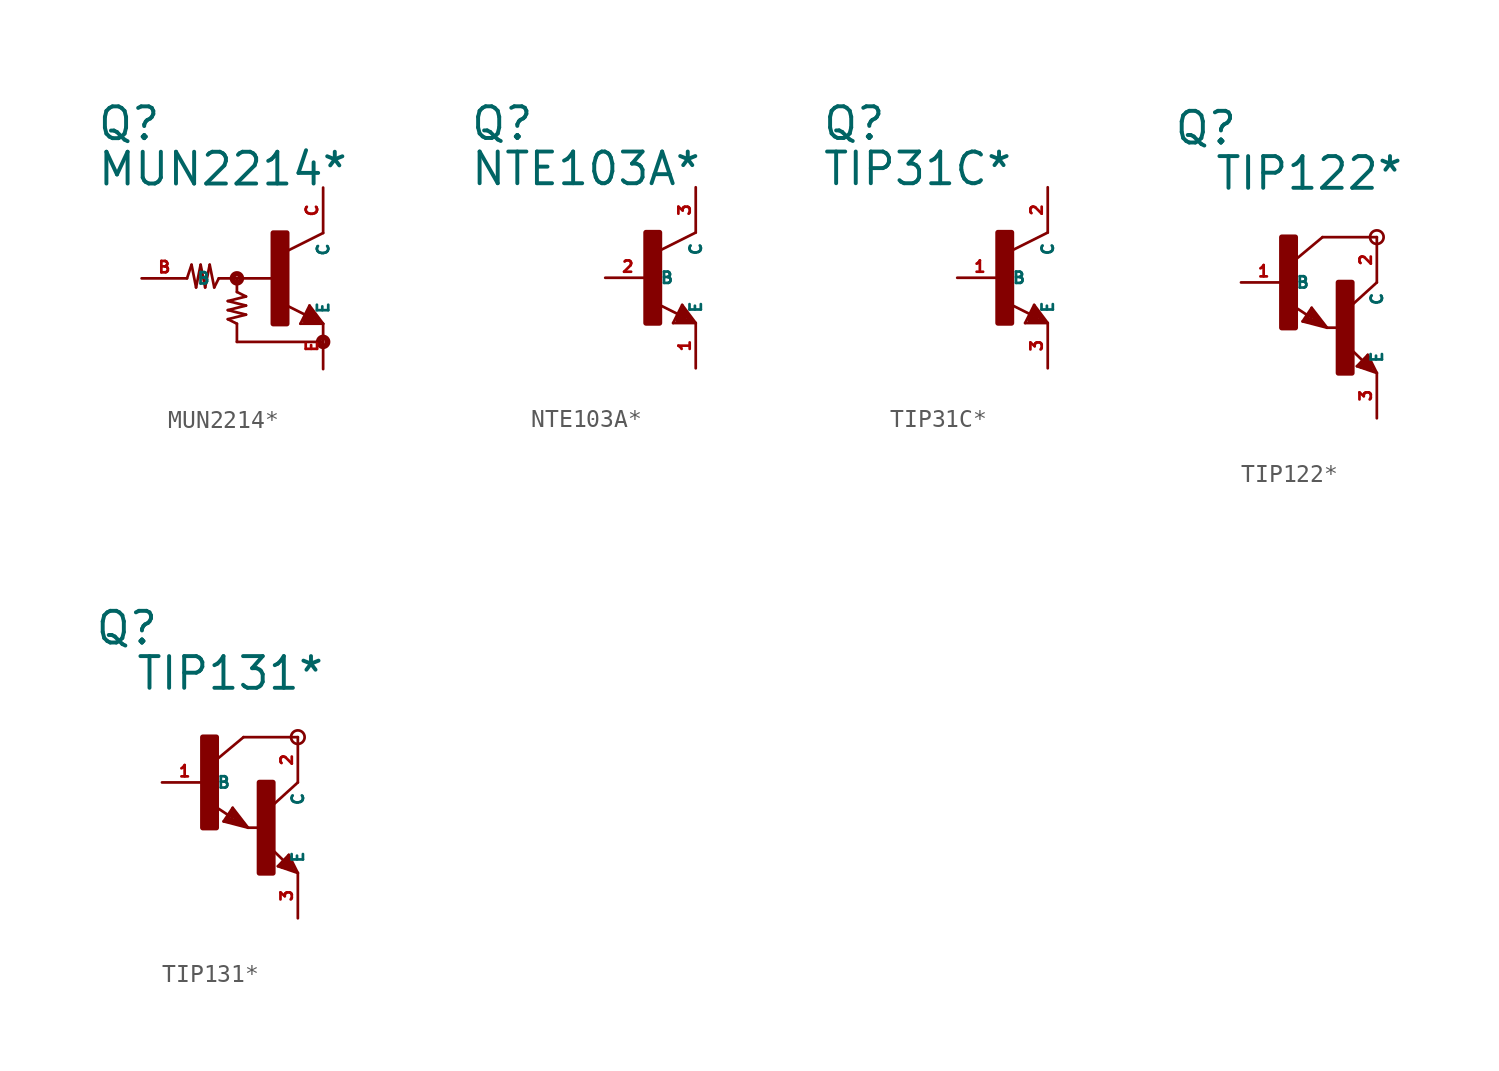
<source format=kicad_sym>
(kicad_symbol_lib
  (version 20220914)
  (generator Eagle2Kicad)
  (symbol "MUN2214*"
    (property "Reference" "Q"
      (at -10.16 7.62 0)
      (effects (font (size 1.778 1.778) (thickness 0.22)) (justify left bottom)))
    (property "Value" "MUN2214*"
      (at -10.16 5.08 0)
      (effects (font (size 1.778 1.778) (thickness 0.22)) (justify left bottom)))
    (polyline
      (pts (xy 2.54 2.54) (xy 0.508 1.524))
      (stroke (width 0.152) (type default))
      (fill (type none)))
    (polyline
      (pts (xy 1.778 -1.524) (xy 2.54 -2.54))
      (stroke (width 0.152) (type default))
      (fill (type none)))
    (polyline
      (pts (xy 2.54 -2.54) (xy 1.27 -2.54))
      (stroke (width 0.152) (type default))
      (fill (type none)))
    (polyline
      (pts (xy 1.27 -2.54) (xy 1.778 -1.524))
      (stroke (width 0.152) (type default))
      (fill (type none)))
    (polyline
      (pts (xy 1.54 -2.04) (xy 0.308 -1.424))
      (stroke (width 0.152) (type default))
      (fill (type none)))
    (polyline
      (pts (xy 1.524 -2.413) (xy 2.286 -2.413))
      (stroke (width 0.254) (type default))
      (fill (type none)))
    (polyline
      (pts (xy 2.286 -2.413) (xy 1.778 -1.778))
      (stroke (width 0.254) (type default))
      (fill (type none)))
    (polyline
      (pts (xy 1.778 -1.778) (xy 1.524 -2.286))
      (stroke (width 0.254) (type default))
      (fill (type none)))
    (polyline
      (pts (xy 1.524 -2.286) (xy 1.905 -2.286))
      (stroke (width 0.254) (type default))
      (fill (type none)))
    (polyline
      (pts (xy 1.905 -2.286) (xy 1.778 -2.032))
      (stroke (width 0.254) (type default))
      (fill (type none)))
    (polyline
      (pts (xy -5.08 0) (xy -4.826 0.762))
      (stroke (width 0.152) (type default))
      (fill (type none)))
    (polyline
      (pts (xy -4.826 0.762) (xy -4.572 -0.508))
      (stroke (width 0.152) (type default))
      (fill (type none)))
    (polyline
      (pts (xy -4.572 -0.508) (xy -4.318 0.762))
      (stroke (width 0.152) (type default))
      (fill (type none)))
    (polyline
      (pts (xy -4.318 0.762) (xy -4.064 -0.508))
      (stroke (width 0.152) (type default))
      (fill (type none)))
    (polyline
      (pts (xy -4.064 -0.508) (xy -3.81 0.762))
      (stroke (width 0.152) (type default))
      (fill (type none)))
    (polyline
      (pts (xy -3.81 0.762) (xy -3.556 -0.508))
      (stroke (width 0.152) (type default))
      (fill (type none)))
    (polyline
      (pts (xy -3.556 -0.508) (xy -3.302 0))
      (stroke (width 0.152) (type default))
      (fill (type none)))
    (polyline
      (pts (xy -3.302 0) (xy -2.286 0))
      (stroke (width 0.152) (type default))
      (fill (type none)))
    (polyline
      (pts (xy -2.286 0) (xy -0.254 0))
      (stroke (width 0.152) (type default))
      (fill (type none)))
    (polyline
      (pts (xy -2.286 0) (xy -2.286 -0.762))
      (stroke (width 0.152) (type default))
      (fill (type none)))
    (polyline
      (pts (xy -2.286 -0.762) (xy -1.778 -1.016))
      (stroke (width 0.152) (type default))
      (fill (type none)))
    (polyline
      (pts (xy -1.778 -1.016) (xy -2.794 -1.27))
      (stroke (width 0.152) (type default))
      (fill (type none)))
    (polyline
      (pts (xy -2.794 -1.27) (xy -1.778 -1.524))
      (stroke (width 0.152) (type default))
      (fill (type none)))
    (polyline
      (pts (xy -1.778 -1.524) (xy -2.794 -1.778))
      (stroke (width 0.152) (type default))
      (fill (type none)))
    (polyline
      (pts (xy -2.794 -1.778) (xy -1.778 -2.032))
      (stroke (width 0.152) (type default))
      (fill (type none)))
    (polyline
      (pts (xy -1.778 -2.032) (xy -2.794 -2.286))
      (stroke (width 0.152) (type default))
      (fill (type none)))
    (polyline
      (pts (xy -2.794 -2.286) (xy -2.286 -2.54))
      (stroke (width 0.152) (type default))
      (fill (type none)))
    (polyline
      (pts (xy -2.286 -2.54) (xy -2.286 -3.556))
      (stroke (width 0.152) (type default))
      (fill (type none)))
    (polyline
      (pts (xy -2.286 -3.556) (xy 2.54 -3.556))
      (stroke (width 0.152) (type default))
      (fill (type none)))
    (circle
      (center -2.286 0)
      (radius 0.254)
      (stroke (width 0.305) (type default))
      (fill (type none)))
    (circle
      (center 2.54 -3.556)
      (radius 0.254)
      (stroke (width 0.305) (type default))
      (fill (type none)))
    (rectangle
      (start -0.254 -2.54)
      (end 0.508 2.54)
      (stroke (width 0.3) (type default))
      (fill (type outline)))
    (pin passive line
      (at -7.62 0 0)
      (length 2.54)
      (name "B" (effects (font (size 0.635 0.635) (thickness 0.08)) (justify left bottom)))
      (number "B" (effects (font (size 0.635 0.635) (thickness 0.08)) (justify left bottom))))
    (pin passive line
      (at 2.54 -5.08 90)
      (length 2.54)
      (name "E" (effects (font (size 0.635 0.635) (thickness 0.08)) (justify left bottom)))
      (number "E" (effects (font (size 0.635 0.635) (thickness 0.08)) (justify left bottom))))
    (pin passive line
      (at 2.54 5.08 270)
      (length 2.54)
      (name "C" (effects (font (size 0.635 0.635) (thickness 0.08)) (justify left bottom)))
      (number "C" (effects (font (size 0.635 0.635) (thickness 0.08)) (justify left bottom)))))
  (symbol "NTE103A*"
    (property "Reference" "Q"
      (at -10.16 7.62 0)
      (effects (font (size 1.778 1.778) (thickness 0.22)) (justify left bottom)))
    (property "Value" "NTE103A*"
      (at -10.16 5.08 0)
      (effects (font (size 1.778 1.778) (thickness 0.22)) (justify left bottom)))
    (polyline
      (pts (xy 2.54 2.54) (xy 0.508 1.524))
      (stroke (width 0.152) (type default))
      (fill (type none)))
    (polyline
      (pts (xy 1.778 -1.524) (xy 2.54 -2.54))
      (stroke (width 0.152) (type default))
      (fill (type none)))
    (polyline
      (pts (xy 2.54 -2.54) (xy 1.27 -2.54))
      (stroke (width 0.152) (type default))
      (fill (type none)))
    (polyline
      (pts (xy 1.27 -2.54) (xy 1.778 -1.524))
      (stroke (width 0.152) (type default))
      (fill (type none)))
    (polyline
      (pts (xy 1.54 -2.04) (xy 0.308 -1.424))
      (stroke (width 0.152) (type default))
      (fill (type none)))
    (polyline
      (pts (xy 1.524 -2.413) (xy 2.286 -2.413))
      (stroke (width 0.254) (type default))
      (fill (type none)))
    (polyline
      (pts (xy 2.286 -2.413) (xy 1.778 -1.778))
      (stroke (width 0.254) (type default))
      (fill (type none)))
    (polyline
      (pts (xy 1.778 -1.778) (xy 1.524 -2.286))
      (stroke (width 0.254) (type default))
      (fill (type none)))
    (polyline
      (pts (xy 1.524 -2.286) (xy 1.905 -2.286))
      (stroke (width 0.254) (type default))
      (fill (type none)))
    (polyline
      (pts (xy 1.905 -2.286) (xy 1.778 -2.032))
      (stroke (width 0.254) (type default))
      (fill (type none)))
    (rectangle
      (start -0.254 -2.54)
      (end 0.508 2.54)
      (stroke (width 0.3) (type default))
      (fill (type outline)))
    (pin passive line
      (at -2.54 0 0)
      (length 2.54)
      (name "B" (effects (font (size 0.635 0.635) (thickness 0.08)) (justify left bottom)))
      (number "2" (effects (font (size 0.635 0.635) (thickness 0.08)) (justify left bottom))))
    (pin passive line
      (at 2.54 -5.08 90)
      (length 2.54)
      (name "E" (effects (font (size 0.635 0.635) (thickness 0.08)) (justify left bottom)))
      (number "1" (effects (font (size 0.635 0.635) (thickness 0.08)) (justify left bottom))))
    (pin passive line
      (at 2.54 5.08 270)
      (length 2.54)
      (name "C" (effects (font (size 0.635 0.635) (thickness 0.08)) (justify left bottom)))
      (number "3" (effects (font (size 0.635 0.635) (thickness 0.08)) (justify left bottom)))))
  (symbol "TIP31C*"
    (property "Reference" "Q"
      (at -10.16 7.62 0)
      (effects (font (size 1.778 1.778) (thickness 0.22)) (justify left bottom)))
    (property "Value" "TIP31C*"
      (at -10.16 5.08 0)
      (effects (font (size 1.778 1.778) (thickness 0.22)) (justify left bottom)))
    (polyline
      (pts (xy 2.54 2.54) (xy 0.508 1.524))
      (stroke (width 0.152) (type default))
      (fill (type none)))
    (polyline
      (pts (xy 1.778 -1.524) (xy 2.54 -2.54))
      (stroke (width 0.152) (type default))
      (fill (type none)))
    (polyline
      (pts (xy 2.54 -2.54) (xy 1.27 -2.54))
      (stroke (width 0.152) (type default))
      (fill (type none)))
    (polyline
      (pts (xy 1.27 -2.54) (xy 1.778 -1.524))
      (stroke (width 0.152) (type default))
      (fill (type none)))
    (polyline
      (pts (xy 1.54 -2.04) (xy 0.308 -1.424))
      (stroke (width 0.152) (type default))
      (fill (type none)))
    (polyline
      (pts (xy 1.524 -2.413) (xy 2.286 -2.413))
      (stroke (width 0.254) (type default))
      (fill (type none)))
    (polyline
      (pts (xy 2.286 -2.413) (xy 1.778 -1.778))
      (stroke (width 0.254) (type default))
      (fill (type none)))
    (polyline
      (pts (xy 1.778 -1.778) (xy 1.524 -2.286))
      (stroke (width 0.254) (type default))
      (fill (type none)))
    (polyline
      (pts (xy 1.524 -2.286) (xy 1.905 -2.286))
      (stroke (width 0.254) (type default))
      (fill (type none)))
    (polyline
      (pts (xy 1.905 -2.286) (xy 1.778 -2.032))
      (stroke (width 0.254) (type default))
      (fill (type none)))
    (rectangle
      (start -0.254 -2.54)
      (end 0.508 2.54)
      (stroke (width 0.3) (type default))
      (fill (type outline)))
    (pin passive line
      (at -2.54 0 0)
      (length 2.54)
      (name "B" (effects (font (size 0.635 0.635) (thickness 0.08)) (justify left bottom)))
      (number "1" (effects (font (size 0.635 0.635) (thickness 0.08)) (justify left bottom))))
    (pin passive line
      (at 2.54 -5.08 90)
      (length 2.54)
      (name "E" (effects (font (size 0.635 0.635) (thickness 0.08)) (justify left bottom)))
      (number "3" (effects (font (size 0.635 0.635) (thickness 0.08)) (justify left bottom))))
    (pin passive line
      (at 2.54 5.08 270)
      (length 2.54)
      (name "C" (effects (font (size 0.635 0.635) (thickness 0.08)) (justify left bottom)))
      (number "2" (effects (font (size 0.635 0.635) (thickness 0.08)) (justify left bottom)))))
  (symbol "TIP122*"
    (property "Reference" "Q"
      (at -6.35 7.62 0)
      (effects (font (size 1.778 1.778) (thickness 0.22)) (justify left bottom)))
    (property "Value" "TIP122*"
      (at -4.064 5.08 0)
      (effects (font (size 1.778 1.778) (thickness 0.22)) (justify left bottom)))
    (polyline
      (pts (xy 5.08 2.54) (xy 2.032 2.54))
      (stroke (width 0.152) (type default))
      (fill (type none)))
    (polyline
      (pts (xy 1.424 -1.424) (xy 2.286 -2.54))
      (stroke (width 0.152) (type default))
      (fill (type none)))
    (polyline
      (pts (xy 2.921 -2.54) (xy 2.286 -2.54))
      (stroke (width 0.152) (type default))
      (fill (type none)))
    (polyline
      (pts (xy 0.916 -2.186) (xy 1.424 -1.424))
      (stroke (width 0.152) (type default))
      (fill (type none)))
    (polyline
      (pts (xy 2.286 -2.54) (xy 0.916 -2.186))
      (stroke (width 0.152) (type default))
      (fill (type none)))
    (polyline
      (pts (xy 2.032 2.54) (xy 0.508 1.27))
      (stroke (width 0.152) (type default))
      (fill (type none)))
    (polyline
      (pts (xy 5.08 0) (xy 3.683 -1.27))
      (stroke (width 0.152) (type default))
      (fill (type none)))
    (polyline
      (pts (xy 5.08 -5.08) (xy 3.964 -4.699))
      (stroke (width 0.152) (type default))
      (fill (type none)))
    (polyline
      (pts (xy 4.572 -4.064) (xy 5.08 -5.08))
      (stroke (width 0.152) (type default))
      (fill (type none)))
    (polyline
      (pts (xy 3.964 -4.699) (xy 4.572 -4.064))
      (stroke (width 0.152) (type default))
      (fill (type none)))
    (polyline
      (pts (xy 1.186 -1.84) (xy 0.208 -1.197))
      (stroke (width 0.152) (type default))
      (fill (type none)))
    (polyline
      (pts (xy 4.28 -4.38) (xy 3.483 -3.61))
      (stroke (width 0.152) (type default))
      (fill (type none)))
    (polyline
      (pts (xy 2.159 -2.413) (xy 1.397 -1.524))
      (stroke (width 0.127) (type default))
      (fill (type none)))
    (polyline
      (pts (xy 1.397 -1.524) (xy 1.016 -2.159))
      (stroke (width 0.127) (type default))
      (fill (type none)))
    (polyline
      (pts (xy 1.016 -2.159) (xy 2.032 -2.413))
      (stroke (width 0.127) (type default))
      (fill (type none)))
    (polyline
      (pts (xy 2.032 -2.413) (xy 1.397 -1.651))
      (stroke (width 0.127) (type default))
      (fill (type none)))
    (polyline
      (pts (xy 1.397 -1.651) (xy 1.143 -2.032))
      (stroke (width 0.127) (type default))
      (fill (type none)))
    (polyline
      (pts (xy 1.143 -2.032) (xy 1.905 -2.286))
      (stroke (width 0.254) (type default))
      (fill (type none)))
    (polyline
      (pts (xy 1.905 -2.286) (xy 1.397 -1.778))
      (stroke (width 0.254) (type default))
      (fill (type none)))
    (polyline
      (pts (xy 1.397 -1.778) (xy 1.397 -1.905))
      (stroke (width 0.254) (type default))
      (fill (type none)))
    (polyline
      (pts (xy 4.953 -4.953) (xy 4.572 -4.191))
      (stroke (width 0.127) (type default))
      (fill (type none)))
    (polyline
      (pts (xy 4.572 -4.191) (xy 4.064 -4.699))
      (stroke (width 0.127) (type default))
      (fill (type none)))
    (polyline
      (pts (xy 4.064 -4.699) (xy 4.826 -4.953))
      (stroke (width 0.127) (type default))
      (fill (type none)))
    (polyline
      (pts (xy 4.826 -4.953) (xy 4.572 -4.318))
      (stroke (width 0.127) (type default))
      (fill (type none)))
    (polyline
      (pts (xy 4.572 -4.318) (xy 4.191 -4.699))
      (stroke (width 0.254) (type default))
      (fill (type none)))
    (polyline
      (pts (xy 4.191 -4.699) (xy 4.699 -4.826))
      (stroke (width 0.254) (type default))
      (fill (type none)))
    (polyline
      (pts (xy 4.699 -4.826) (xy 4.572 -4.572))
      (stroke (width 0.254) (type default))
      (fill (type none)))
    (polyline
      (pts (xy 4.572 -4.572) (xy 4.445 -4.572))
      (stroke (width 0.254) (type default))
      (fill (type none)))
    (circle
      (center 5.08 2.54)
      (radius 0.381)
      (stroke (width 0) (type default))
      (fill (type none)))
    (rectangle
      (start -0.254 -2.54)
      (end 0.508 2.54)
      (stroke (width 0.3) (type default))
      (fill (type outline)))
    (rectangle
      (start 2.921 -5.08)
      (end 3.683 0)
      (stroke (width 0.3) (type default))
      (fill (type outline)))
    (pin passive line
      (at -2.54 0 0)
      (length 2.54)
      (name "B" (effects (font (size 0.635 0.635) (thickness 0.08)) (justify left bottom)))
      (number "1" (effects (font (size 0.635 0.635) (thickness 0.08)) (justify left bottom))))
    (pin passive line
      (at 5.08 -7.62 90)
      (length 2.54)
      (name "E" (effects (font (size 0.635 0.635) (thickness 0.08)) (justify left bottom)))
      (number "3" (effects (font (size 0.635 0.635) (thickness 0.08)) (justify left bottom))))
    (pin passive line
      (at 5.08 2.54 270)
      (length 2.54)
      (name "C" (effects (font (size 0.635 0.635) (thickness 0.08)) (justify left bottom)))
      (number "2" (effects (font (size 0.635 0.635) (thickness 0.08)) (justify left bottom)))))
  (symbol "TIP131*"
    (property "Reference" "Q"
      (at -6.35 7.62 0)
      (effects (font (size 1.778 1.778) (thickness 0.22)) (justify left bottom)))
    (property "Value" "TIP131*"
      (at -4.064 5.08 0)
      (effects (font (size 1.778 1.778) (thickness 0.22)) (justify left bottom)))
    (polyline
      (pts (xy 5.08 2.54) (xy 2.032 2.54))
      (stroke (width 0.152) (type default))
      (fill (type none)))
    (polyline
      (pts (xy 1.424 -1.424) (xy 2.286 -2.54))
      (stroke (width 0.152) (type default))
      (fill (type none)))
    (polyline
      (pts (xy 2.921 -2.54) (xy 2.286 -2.54))
      (stroke (width 0.152) (type default))
      (fill (type none)))
    (polyline
      (pts (xy 0.916 -2.186) (xy 1.424 -1.424))
      (stroke (width 0.152) (type default))
      (fill (type none)))
    (polyline
      (pts (xy 2.286 -2.54) (xy 0.916 -2.186))
      (stroke (width 0.152) (type default))
      (fill (type none)))
    (polyline
      (pts (xy 2.032 2.54) (xy 0.508 1.27))
      (stroke (width 0.152) (type default))
      (fill (type none)))
    (polyline
      (pts (xy 5.08 0) (xy 3.683 -1.27))
      (stroke (width 0.152) (type default))
      (fill (type none)))
    (polyline
      (pts (xy 5.08 -5.08) (xy 3.964 -4.699))
      (stroke (width 0.152) (type default))
      (fill (type none)))
    (polyline
      (pts (xy 4.572 -4.064) (xy 5.08 -5.08))
      (stroke (width 0.152) (type default))
      (fill (type none)))
    (polyline
      (pts (xy 3.964 -4.699) (xy 4.572 -4.064))
      (stroke (width 0.152) (type default))
      (fill (type none)))
    (polyline
      (pts (xy 1.186 -1.84) (xy 0.208 -1.197))
      (stroke (width 0.152) (type default))
      (fill (type none)))
    (polyline
      (pts (xy 4.28 -4.38) (xy 3.483 -3.61))
      (stroke (width 0.152) (type default))
      (fill (type none)))
    (polyline
      (pts (xy 2.159 -2.413) (xy 1.397 -1.524))
      (stroke (width 0.127) (type default))
      (fill (type none)))
    (polyline
      (pts (xy 1.397 -1.524) (xy 1.016 -2.159))
      (stroke (width 0.127) (type default))
      (fill (type none)))
    (polyline
      (pts (xy 1.016 -2.159) (xy 2.032 -2.413))
      (stroke (width 0.127) (type default))
      (fill (type none)))
    (polyline
      (pts (xy 2.032 -2.413) (xy 1.397 -1.651))
      (stroke (width 0.127) (type default))
      (fill (type none)))
    (polyline
      (pts (xy 1.397 -1.651) (xy 1.143 -2.032))
      (stroke (width 0.127) (type default))
      (fill (type none)))
    (polyline
      (pts (xy 1.143 -2.032) (xy 1.905 -2.286))
      (stroke (width 0.254) (type default))
      (fill (type none)))
    (polyline
      (pts (xy 1.905 -2.286) (xy 1.397 -1.778))
      (stroke (width 0.254) (type default))
      (fill (type none)))
    (polyline
      (pts (xy 1.397 -1.778) (xy 1.397 -1.905))
      (stroke (width 0.254) (type default))
      (fill (type none)))
    (polyline
      (pts (xy 4.953 -4.953) (xy 4.572 -4.191))
      (stroke (width 0.127) (type default))
      (fill (type none)))
    (polyline
      (pts (xy 4.572 -4.191) (xy 4.064 -4.699))
      (stroke (width 0.127) (type default))
      (fill (type none)))
    (polyline
      (pts (xy 4.064 -4.699) (xy 4.826 -4.953))
      (stroke (width 0.127) (type default))
      (fill (type none)))
    (polyline
      (pts (xy 4.826 -4.953) (xy 4.572 -4.318))
      (stroke (width 0.127) (type default))
      (fill (type none)))
    (polyline
      (pts (xy 4.572 -4.318) (xy 4.191 -4.699))
      (stroke (width 0.254) (type default))
      (fill (type none)))
    (polyline
      (pts (xy 4.191 -4.699) (xy 4.699 -4.826))
      (stroke (width 0.254) (type default))
      (fill (type none)))
    (polyline
      (pts (xy 4.699 -4.826) (xy 4.572 -4.572))
      (stroke (width 0.254) (type default))
      (fill (type none)))
    (polyline
      (pts (xy 4.572 -4.572) (xy 4.445 -4.572))
      (stroke (width 0.254) (type default))
      (fill (type none)))
    (circle
      (center 5.08 2.54)
      (radius 0.381)
      (stroke (width 0) (type default))
      (fill (type none)))
    (rectangle
      (start -0.254 -2.54)
      (end 0.508 2.54)
      (stroke (width 0.3) (type default))
      (fill (type outline)))
    (rectangle
      (start 2.921 -5.08)
      (end 3.683 0)
      (stroke (width 0.3) (type default))
      (fill (type outline)))
    (pin passive line
      (at -2.54 0 0)
      (length 2.54)
      (name "B" (effects (font (size 0.635 0.635) (thickness 0.08)) (justify left bottom)))
      (number "1" (effects (font (size 0.635 0.635) (thickness 0.08)) (justify left bottom))))
    (pin passive line
      (at 5.08 -7.62 90)
      (length 2.54)
      (name "E" (effects (font (size 0.635 0.635) (thickness 0.08)) (justify left bottom)))
      (number "3" (effects (font (size 0.635 0.635) (thickness 0.08)) (justify left bottom))))
    (pin passive line
      (at 5.08 2.54 270)
      (length 2.54)
      (name "C" (effects (font (size 0.635 0.635) (thickness 0.08)) (justify left bottom)))
      (number "2" (effects (font (size 0.635 0.635) (thickness 0.08)) (justify left bottom))))))
</source>
